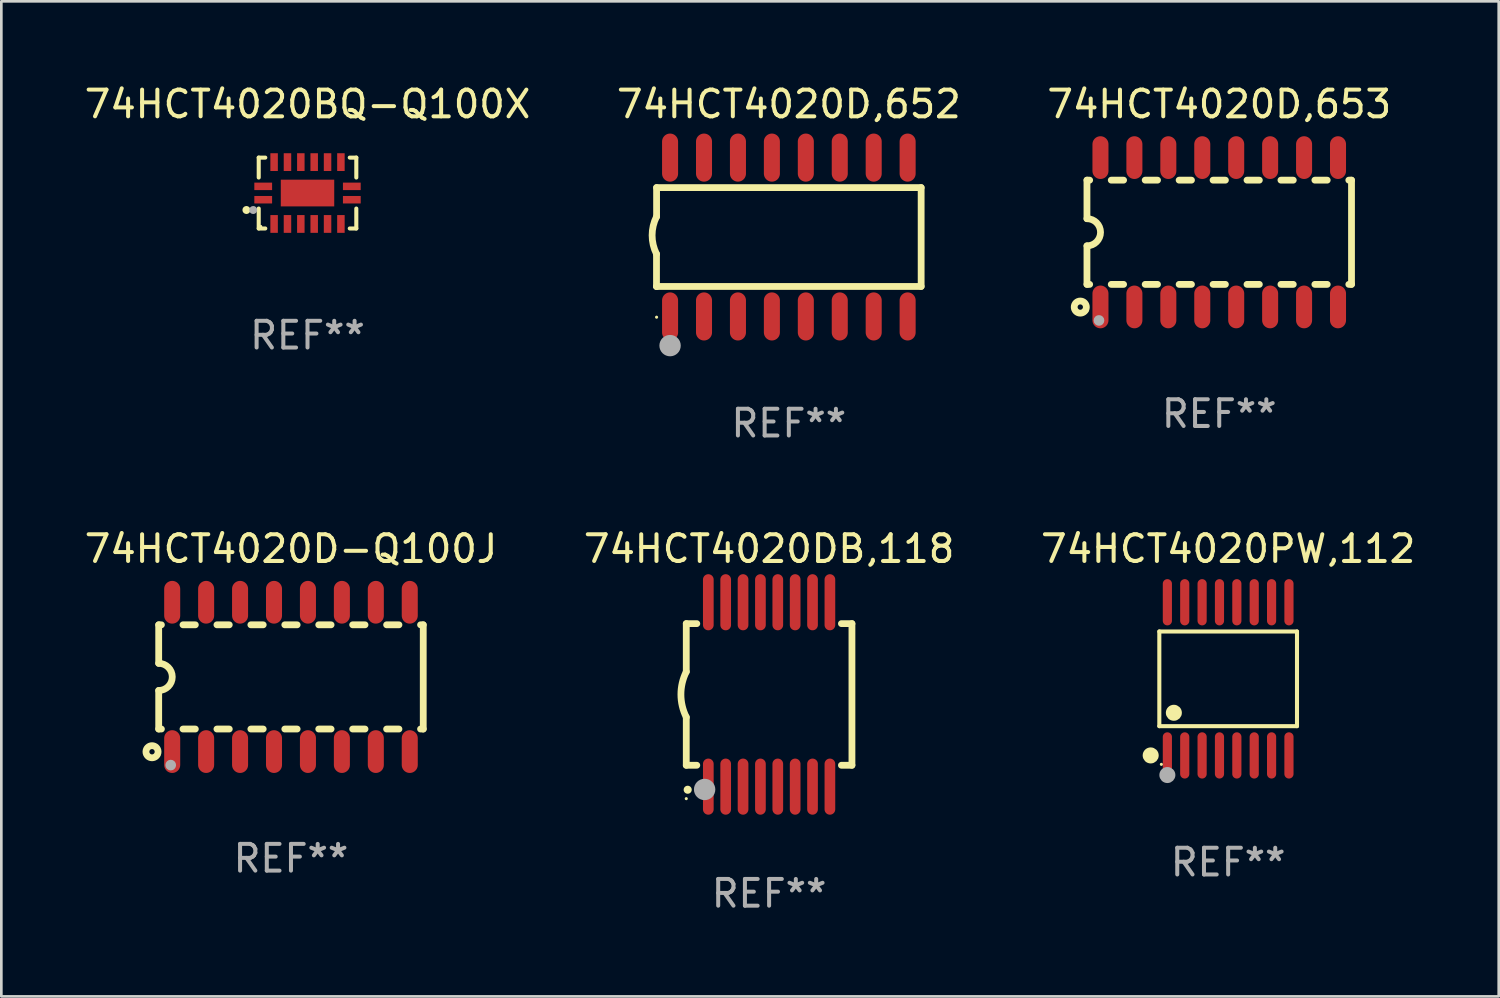
<source format=kicad_pcb>
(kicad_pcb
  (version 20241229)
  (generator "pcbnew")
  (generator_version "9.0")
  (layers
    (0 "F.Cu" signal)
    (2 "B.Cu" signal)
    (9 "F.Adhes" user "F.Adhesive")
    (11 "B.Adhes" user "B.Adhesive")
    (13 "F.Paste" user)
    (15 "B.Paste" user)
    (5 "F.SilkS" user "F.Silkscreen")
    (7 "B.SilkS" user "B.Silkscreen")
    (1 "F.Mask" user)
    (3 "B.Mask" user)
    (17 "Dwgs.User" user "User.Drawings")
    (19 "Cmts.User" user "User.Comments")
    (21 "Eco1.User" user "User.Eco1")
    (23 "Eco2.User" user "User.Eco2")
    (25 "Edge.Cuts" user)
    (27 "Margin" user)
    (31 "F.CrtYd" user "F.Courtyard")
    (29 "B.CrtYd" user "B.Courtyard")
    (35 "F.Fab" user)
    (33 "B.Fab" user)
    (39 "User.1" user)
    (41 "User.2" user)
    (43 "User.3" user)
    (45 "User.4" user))
  (footprint "74HCT4020BQ-Q100X"
    (layer "F.Cu")
    (at 8.458 4.174)
    (property "Reference" "74HCT4020BQ-Q100X" (at 0 -3.326 0) (layer "F.SilkS") (effects (font (size 1 1) (thickness 0.15))))
    (attr through_hole)
    (fp_line (start -1.826 -1.326) (end -1.58 -1.326) (stroke (width 0.152) (type solid)) (layer "F.SilkS"))
    (fp_line (start -1.826 -0.58) (end -1.826 -1.326) (stroke (width 0.152) (type solid)) (layer "F.SilkS"))
    (fp_line (start -1.826 0.58) (end -1.826 1.326) (stroke (width 0.152) (type solid)) (layer "F.SilkS"))
    (fp_line (start -1.826 1.326) (end -1.58 1.326) (stroke (width 0.152) (type solid)) (layer "F.SilkS"))
    (fp_line (start 1.826 -1.326) (end 1.58 -1.326) (stroke (width 0.152) (type solid)) (layer "F.SilkS"))
    (fp_line (start 1.826 -0.58) (end 1.826 -1.326) (stroke (width 0.152) (type solid)) (layer "F.SilkS"))
    (fp_line (start 1.826 0.58) (end 1.826 1.326) (stroke (width 0.152) (type solid)) (layer "F.SilkS"))
    (fp_line (start 1.826 1.326) (end 1.58 1.326) (stroke (width 0.152) (type solid)) (layer "F.SilkS"))
    (fp_circle (center -2.286 0.635) (end -2.211 0.635) (stroke (width 0.15) (type solid)) (fill no) (layer "F.SilkS"))
    (fp_circle (center -1.75 1.25) (end -1.72 1.25) (stroke (width 0.06) (type solid)) (fill no) (layer "F.SilkS"))
    (fp_circle (center -2.032 0.635) (end -1.957 0.635) (stroke (width 0.15) (type solid)) (fill no) (layer "F.Fab"))
    (fp_text user "REF**" (at 0 5.326 0) (layer "F.Fab") (effects (font (size 1 1) (thickness 0.15))))
    (pad "1" smd rect (at -1.658 0.25) (size 0.665 0.28) (layers "F.Cu" "F.Mask" "F.Paste"))
    (pad "2" smd rect (at -1.25 1.157) (size 0.28 0.665) (layers "F.Cu" "F.Mask" "F.Paste"))
    (pad "3" smd rect (at -0.75 1.157) (size 0.28 0.665) (layers "F.Cu" "F.Mask" "F.Paste"))
    (pad "4" smd rect (at -0.25 1.157) (size 0.28 0.665) (layers "F.Cu" "F.Mask" "F.Paste"))
    (pad "5" smd rect (at 0.25 1.157) (size 0.28 0.665) (layers "F.Cu" "F.Mask" "F.Paste"))
    (pad "6" smd rect (at 0.75 1.157) (size 0.28 0.665) (layers "F.Cu" "F.Mask" "F.Paste"))
    (pad "7" smd rect (at 1.25 1.157) (size 0.28 0.665) (layers "F.Cu" "F.Mask" "F.Paste"))
    (pad "8" smd rect (at 1.658 0.25) (size 0.665 0.28) (layers "F.Cu" "F.Mask" "F.Paste"))
    (pad "9" smd rect (at 1.658 -0.25) (size 0.665 0.28) (layers "F.Cu" "F.Mask" "F.Paste"))
    (pad "10" smd rect (at 1.25 -1.157) (size 0.28 0.665) (layers "F.Cu" "F.Mask" "F.Paste"))
    (pad "11" smd rect (at 0.75 -1.157) (size 0.28 0.665) (layers "F.Cu" "F.Mask" "F.Paste"))
    (pad "12" smd rect (at 0.25 -1.157) (size 0.28 0.665) (layers "F.Cu" "F.Mask" "F.Paste"))
    (pad "13" smd rect (at -0.25 -1.157) (size 0.28 0.665) (layers "F.Cu" "F.Mask" "F.Paste"))
    (pad "14" smd rect (at -0.75 -1.157) (size 0.28 0.665) (layers "F.Cu" "F.Mask" "F.Paste"))
    (pad "15" smd rect (at -1.25 -1.157) (size 0.28 0.665) (layers "F.Cu" "F.Mask" "F.Paste"))
    (pad "16" smd rect (at -1.658 -0.25) (size 0.665 0.28) (layers "F.Cu" "F.Mask" "F.Paste"))
    (pad "17" smd rect (at 0 0) (size 2 1) (layers "F.Cu" "F.Mask" "F.Paste")))
  (footprint "74HCT4020PW,112"
    (layer "F.Cu")
    (at 42.911 22.354)
    (property "Reference" "74HCT4020PW,112" (at 0 -4.866 0) (layer "F.SilkS") (effects (font (size 1 1) (thickness 0.15))))
    (attr through_hole)
    (fp_line (start -2.576 -1.772) (end 2.576 -1.772) (stroke (width 0.152) (type solid)) (layer "F.SilkS"))
    (fp_line (start -2.576 1.771) (end -2.576 -1.772) (stroke (width 0.152) (type solid)) (layer "F.SilkS"))
    (fp_line (start 2.576 -1.772) (end 2.576 1.771) (stroke (width 0.152) (type solid)) (layer "F.SilkS"))
    (fp_line (start 2.576 1.771) (end -2.576 1.771) (stroke (width 0.152) (type solid)) (layer "F.SilkS"))
    (fp_circle (center -2.899 2.866) (end -2.749 2.866) (stroke (width 0.3) (type solid)) (fill no) (layer "F.SilkS"))
    (fp_circle (center -2.5 3.2) (end -2.47 3.2) (stroke (width 0.06) (type solid)) (fill no) (layer "F.SilkS"))
    (fp_circle (center -2.032 1.27) (end -1.882 1.27) (stroke (width 0.3) (type solid)) (fill no) (layer "F.SilkS"))
    (fp_circle (center -2.275 3.6) (end -2.125 3.6) (stroke (width 0.3) (type solid)) (fill no) (layer "F.Fab"))
    (fp_text user "REF**" (at 0 6.866 0) (layer "F.Fab") (effects (font (size 1 1) (thickness 0.15))))
    (pad "1" smd oval (at -2.275 2.866) (size 0.343 1.731) (layers "F.Cu" "F.Mask" "F.Paste"))
    (pad "2" smd oval (at -1.625 2.866) (size 0.343 1.731) (layers "F.Cu" "F.Mask" "F.Paste"))
    (pad "3" smd oval (at -0.975 2.866) (size 0.343 1.731) (layers "F.Cu" "F.Mask" "F.Paste"))
    (pad "4" smd oval (at -0.325 2.866) (size 0.343 1.731) (layers "F.Cu" "F.Mask" "F.Paste"))
    (pad "5" smd oval (at 0.325 2.866) (size 0.343 1.731) (layers "F.Cu" "F.Mask" "F.Paste"))
    (pad "6" smd oval (at 0.975 2.866) (size 0.343 1.731) (layers "F.Cu" "F.Mask" "F.Paste"))
    (pad "7" smd oval (at 1.625 2.866) (size 0.343 1.731) (layers "F.Cu" "F.Mask" "F.Paste"))
    (pad "8" smd oval (at 2.275 2.866) (size 0.343 1.731) (layers "F.Cu" "F.Mask" "F.Paste"))
    (pad "9" smd oval (at 2.275 -2.866) (size 0.343 1.731) (layers "F.Cu" "F.Mask" "F.Paste"))
    (pad "10" smd oval (at 1.625 -2.866) (size 0.343 1.731) (layers "F.Cu" "F.Mask" "F.Paste"))
    (pad "11" smd oval (at 0.975 -2.866) (size 0.343 1.731) (layers "F.Cu" "F.Mask" "F.Paste"))
    (pad "12" smd oval (at 0.325 -2.866) (size 0.343 1.731) (layers "F.Cu" "F.Mask" "F.Paste"))
    (pad "13" smd oval (at -0.325 -2.866) (size 0.343 1.731) (layers "F.Cu" "F.Mask" "F.Paste"))
    (pad "14" smd oval (at -0.975 -2.866) (size 0.343 1.731) (layers "F.Cu" "F.Mask" "F.Paste"))
    (pad "15" smd oval (at -1.625 -2.866) (size 0.343 1.731) (layers "F.Cu" "F.Mask" "F.Paste"))
    (pad "16" smd oval (at -2.275 -2.866) (size 0.343 1.731) (layers "F.Cu" "F.Mask" "F.Paste")))
  (footprint "74HCT4020D,652"
    (layer "F.Cu")
    (at 26.47 5.82)
    (property "Reference" "74HCT4020D,652" (at 0 -4.972 0) (layer "F.SilkS") (effects (font (size 1 1) (thickness 0.15))))
    (attr through_hole)
    (fp_line (start -4.952 0.635) (end -4.952 1.85) (stroke (width 0.254) (type solid)) (layer "F.SilkS"))
    (fp_line (start -4.952 1.85) (end -4.949 1.85) (stroke (width 0.254) (type solid)) (layer "F.SilkS"))
    (fp_line (start -4.949 -1.85) (end -4.949 -0.762) (stroke (width 0.254) (type solid)) (layer "F.SilkS"))
    (fp_line (start -4.949 1.85) (end 4.952 1.85) (stroke (width 0.254) (type solid)) (layer "F.SilkS"))
    (fp_line (start 4.952 -1.85) (end -4.949 -1.85) (stroke (width 0.254) (type solid)) (layer "F.SilkS"))
    (fp_line (start 4.952 1.85) (end 4.952 -1.85) (stroke (width 0.254) (type solid)) (layer "F.SilkS"))
    (fp_arc (start -4.951524 0.635001) (mid -5.116418 -0.0635) (end -4.951524 -0.762002) (stroke (width 0.254001) (type solid)) (layer "F.SilkS"))
    (fp_circle (center -4.949 3) (end -4.919 3) (stroke (width 0.06) (type solid)) (fill no) (layer "F.SilkS"))
    (fp_circle (center -4.444 4.064) (end -4.244 4.064) (stroke (width 0.4) (type solid)) (fill no) (layer "F.Fab"))
    (fp_text user "REF**" (at 0 6.972 0) (layer "F.Fab") (effects (font (size 1 1) (thickness 0.15))))
    (pad "1" smd oval (at -4.444 2.972 180) (size 0.6 1.8) (layers "F.Cu" "F.Mask" "F.Paste"))
    (pad "2" smd oval (at -3.174 2.972 180) (size 0.6 1.8) (layers "F.Cu" "F.Mask" "F.Paste"))
    (pad "3" smd oval (at -1.904 2.972 180) (size 0.6 1.8) (layers "F.Cu" "F.Mask" "F.Paste"))
    (pad "4" smd oval (at -0.634 2.972 180) (size 0.6 1.8) (layers "F.Cu" "F.Mask" "F.Paste"))
    (pad "5" smd oval (at 0.636 2.972 180) (size 0.6 1.8) (layers "F.Cu" "F.Mask" "F.Paste"))
    (pad "6" smd oval (at 1.906 2.972 180) (size 0.6 1.8) (layers "F.Cu" "F.Mask" "F.Paste"))
    (pad "7" smd oval (at 3.176 2.972 180) (size 0.6 1.8) (layers "F.Cu" "F.Mask" "F.Paste"))
    (pad "8" smd oval (at 4.446 2.972 180) (size 0.6 1.8) (layers "F.Cu" "F.Mask" "F.Paste"))
    (pad "9" smd oval (at 4.446 -2.972 180) (size 0.6 1.8) (layers "F.Cu" "F.Mask" "F.Paste"))
    (pad "10" smd oval (at 3.176 -2.972 180) (size 0.6 1.8) (layers "F.Cu" "F.Mask" "F.Paste"))
    (pad "11" smd oval (at 1.906 -2.972 180) (size 0.6 1.8) (layers "F.Cu" "F.Mask" "F.Paste"))
    (pad "12" smd oval (at 0.636 -2.972 180) (size 0.6 1.8) (layers "F.Cu" "F.Mask" "F.Paste"))
    (pad "13" smd oval (at -0.634 -2.972 180) (size 0.6 1.8) (layers "F.Cu" "F.Mask" "F.Paste"))
    (pad "14" smd oval (at -1.904 -2.972 180) (size 0.6 1.8) (layers "F.Cu" "F.Mask" "F.Paste"))
    (pad "15" smd oval (at -3.174 -2.972 180) (size 0.6 1.8) (layers "F.Cu" "F.Mask" "F.Paste"))
    (pad "16" smd oval (at -4.444 -2.972 180) (size 0.6 1.8) (layers "F.Cu" "F.Mask" "F.Paste")))
  (footprint "74HCT4020D,653"
    (layer "F.Cu")
    (at 42.577 5.642)
    (property "Reference" "74HCT4020D,653" (at 0 -4.794 0) (layer "F.SilkS") (effects (font (size 1 1) (thickness 0.15))))
    (attr through_hole)
    (fp_line (start -4.95 -1.95) (end -4.95 -0.508) (stroke (width 0.254) (type solid)) (layer "F.SilkS"))
    (fp_line (start -4.95 -1.95) (end -4.849 -1.95) (stroke (width 0.254) (type solid)) (layer "F.SilkS"))
    (fp_line (start -4.95 1.95) (end -4.95 0.508) (stroke (width 0.254) (type solid)) (layer "F.SilkS"))
    (fp_line (start -4.95 1.95) (end -4.849 1.95) (stroke (width 0.254) (type solid)) (layer "F.SilkS"))
    (fp_line (start -4.041 -1.95) (end -3.579 -1.95) (stroke (width 0.254) (type solid)) (layer "F.SilkS"))
    (fp_line (start -4.041 1.95) (end -3.579 1.95) (stroke (width 0.254) (type solid)) (layer "F.SilkS"))
    (fp_line (start -2.771 -1.95) (end -2.309 -1.95) (stroke (width 0.254) (type solid)) (layer "F.SilkS"))
    (fp_line (start -2.771 1.95) (end -2.309 1.95) (stroke (width 0.254) (type solid)) (layer "F.SilkS"))
    (fp_line (start -1.501 -1.95) (end -1.039 -1.95) (stroke (width 0.254) (type solid)) (layer "F.SilkS"))
    (fp_line (start -1.501 1.95) (end -1.039 1.95) (stroke (width 0.254) (type solid)) (layer "F.SilkS"))
    (fp_line (start -0.231 -1.95) (end 0.231 -1.95) (stroke (width 0.254) (type solid)) (layer "F.SilkS"))
    (fp_line (start -0.231 1.95) (end 0.231 1.95) (stroke (width 0.254) (type solid)) (layer "F.SilkS"))
    (fp_line (start 1.039 -1.95) (end 1.501 -1.95) (stroke (width 0.254) (type solid)) (layer "F.SilkS"))
    (fp_line (start 1.039 1.95) (end 1.501 1.95) (stroke (width 0.254) (type solid)) (layer "F.SilkS"))
    (fp_line (start 2.309 -1.95) (end 2.771 -1.95) (stroke (width 0.254) (type solid)) (layer "F.SilkS"))
    (fp_line (start 2.309 1.95) (end 2.771 1.95) (stroke (width 0.254) (type solid)) (layer "F.SilkS"))
    (fp_line (start 3.579 -1.95) (end 4.041 -1.95) (stroke (width 0.254) (type solid)) (layer "F.SilkS"))
    (fp_line (start 3.579 1.95) (end 4.041 1.95) (stroke (width 0.254) (type solid)) (layer "F.SilkS"))
    (fp_line (start 4.849 -1.95) (end 4.95 -1.95) (stroke (width 0.254) (type solid)) (layer "F.SilkS"))
    (fp_line (start 4.849 1.95) (end 4.95 1.95) (stroke (width 0.254) (type solid)) (layer "F.SilkS"))
    (fp_line (start 4.95 -1.95) (end 4.95 1.95) (stroke (width 0.254) (type solid)) (layer "F.SilkS"))
    (fp_arc (start -4.95047 -0.508001) (mid -4.442469 -0.000228) (end -4.950013 0.508001) (stroke (width 0.254001) (type solid)) (layer "F.SilkS"))
    (fp_circle (center -5.2 2.8) (end -5.1 2.8) (stroke (width 0.254) (type solid)) (fill no) (layer "F.SilkS"))
    (fp_circle (center -4.95 2.947) (end -4.92 2.947) (stroke (width 0.06) (type solid)) (fill no) (layer "F.SilkS"))
    (fp_circle (center -4.5 3.3) (end -4.4 3.3) (stroke (width 0.2) (type solid)) (fill no) (layer "F.Fab"))
    (fp_text user "REF**" (at 0 6.794 0) (layer "F.Fab") (effects (font (size 1 1) (thickness 0.15))))
    (pad "1" smd oval (at -4.445 2.794) (size 0.6 1.6) (layers "F.Cu" "F.Mask" "F.Paste"))
    (pad "2" smd oval (at -3.175 2.794) (size 0.6 1.6) (layers "F.Cu" "F.Mask" "F.Paste"))
    (pad "3" smd oval (at -1.905 2.794) (size 0.6 1.6) (layers "F.Cu" "F.Mask" "F.Paste"))
    (pad "4" smd oval (at -0.635 2.794) (size 0.6 1.6) (layers "F.Cu" "F.Mask" "F.Paste"))
    (pad "5" smd oval (at 0.635 2.794) (size 0.6 1.6) (layers "F.Cu" "F.Mask" "F.Paste"))
    (pad "6" smd oval (at 1.905 2.794) (size 0.6 1.6) (layers "F.Cu" "F.Mask" "F.Paste"))
    (pad "7" smd oval (at 3.175 2.794) (size 0.6 1.6) (layers "F.Cu" "F.Mask" "F.Paste"))
    (pad "8" smd oval (at 4.445 2.794) (size 0.6 1.6) (layers "F.Cu" "F.Mask" "F.Paste"))
    (pad "9" smd oval (at 4.445 -2.794) (size 0.6 1.6) (layers "F.Cu" "F.Mask" "F.Paste"))
    (pad "10" smd oval (at 3.175 -2.794) (size 0.6 1.6) (layers "F.Cu" "F.Mask" "F.Paste"))
    (pad "11" smd oval (at 1.905 -2.794) (size 0.6 1.6) (layers "F.Cu" "F.Mask" "F.Paste"))
    (pad "12" smd oval (at 0.635 -2.794) (size 0.6 1.6) (layers "F.Cu" "F.Mask" "F.Paste"))
    (pad "13" smd oval (at -0.635 -2.794) (size 0.6 1.6) (layers "F.Cu" "F.Mask" "F.Paste"))
    (pad "14" smd oval (at -1.905 -2.794) (size 0.6 1.6) (layers "F.Cu" "F.Mask" "F.Paste"))
    (pad "15" smd oval (at -3.175 -2.794) (size 0.6 1.6) (layers "F.Cu" "F.Mask" "F.Paste"))
    (pad "16" smd oval (at -4.445 -2.794) (size 0.6 1.6) (layers "F.Cu" "F.Mask" "F.Paste")))
  (footprint "74HCT4020DB,118"
    (layer "F.Cu")
    (at 25.732 22.938)
    (property "Reference" "74HCT4020DB,118" (at 0 -5.45 0) (layer "F.SilkS") (effects (font (size 1 1) (thickness 0.15))))
    (attr through_hole)
    (fp_line (start -3.1 -2.65) (end -3.1 -0.85) (stroke (width 0.254) (type solid)) (layer "F.SilkS"))
    (fp_line (start -3.1 -2.65) (end -2.706 -2.65) (stroke (width 0.254) (type solid)) (layer "F.SilkS"))
    (fp_line (start -3.1 2.65) (end -3.1 0.85) (stroke (width 0.254) (type solid)) (layer "F.SilkS"))
    (fp_line (start -3.1 2.65) (end -2.706 2.65) (stroke (width 0.254) (type solid)) (layer "F.SilkS"))
    (fp_line (start 2.706 -2.65) (end 3.1 -2.65) (stroke (width 0.254) (type solid)) (layer "F.SilkS"))
    (fp_line (start 2.706 2.65) (end 3.1 2.65) (stroke (width 0.254) (type solid)) (layer "F.SilkS"))
    (fp_line (start 3.1 -2.65) (end 3.1 2.65) (stroke (width 0.254) (type solid)) (layer "F.SilkS"))
    (fp_arc (start -3.098907 0.850902) (mid -3.300057 0.000523) (end -3.1 -0.850114) (stroke (width 0.254001) (type solid)) (layer "F.SilkS"))
    (fp_arc (start -3.048006 3.566066) (mid -3.046736 3.566061) (end -3.045466 3.566066) (stroke (width 0.3) (type solid)) (layer "F.SilkS"))
    (fp_circle (center -3.1 3.9) (end -3.07 3.9) (stroke (width 0.06) (type solid)) (fill no) (layer "F.SilkS"))
    (fp_circle (center -2.413 3.556) (end -2.213 3.556) (stroke (width 0.4) (type solid)) (fill no) (layer "F.Fab"))
    (fp_text user "REF**" (at 0 7.45 0) (layer "F.Fab") (effects (font (size 1 1) (thickness 0.15))))
    (pad "1" smd oval (at -2.275 3.45 180) (size 0.4 2.1) (layers "F.Cu" "F.Mask" "F.Paste"))
    (pad "2" smd oval (at -1.625 3.45 180) (size 0.4 2.1) (layers "F.Cu" "F.Mask" "F.Paste"))
    (pad "3" smd oval (at -0.975 3.45 180) (size 0.4 2.1) (layers "F.Cu" "F.Mask" "F.Paste"))
    (pad "4" smd oval (at -0.325 3.45 180) (size 0.4 2.1) (layers "F.Cu" "F.Mask" "F.Paste"))
    (pad "5" smd oval (at 0.325 3.45 180) (size 0.4 2.1) (layers "F.Cu" "F.Mask" "F.Paste"))
    (pad "6" smd oval (at 0.975 3.45 180) (size 0.4 2.1) (layers "F.Cu" "F.Mask" "F.Paste"))
    (pad "7" smd oval (at 1.625 3.45 180) (size 0.4 2.1) (layers "F.Cu" "F.Mask" "F.Paste"))
    (pad "8" smd oval (at 2.275 3.45 180) (size 0.4 2.1) (layers "F.Cu" "F.Mask" "F.Paste"))
    (pad "9" smd oval (at 2.275 -3.45 180) (size 0.4 2.1) (layers "F.Cu" "F.Mask" "F.Paste"))
    (pad "10" smd oval (at 1.625 -3.45 180) (size 0.4 2.1) (layers "F.Cu" "F.Mask" "F.Paste"))
    (pad "11" smd oval (at 0.975 -3.45 180) (size 0.4 2.1) (layers "F.Cu" "F.Mask" "F.Paste"))
    (pad "12" smd oval (at 0.325 -3.45 180) (size 0.4 2.1) (layers "F.Cu" "F.Mask" "F.Paste"))
    (pad "13" smd oval (at -0.325 -3.45 180) (size 0.4 2.1) (layers "F.Cu" "F.Mask" "F.Paste"))
    (pad "14" smd oval (at -0.975 -3.45 180) (size 0.4 2.1) (layers "F.Cu" "F.Mask" "F.Paste"))
    (pad "15" smd oval (at -1.625 -3.45 180) (size 0.4 2.1) (layers "F.Cu" "F.Mask" "F.Paste"))
    (pad "16" smd oval (at -2.275 -3.45 180) (size 0.4 2.1) (layers "F.Cu" "F.Mask" "F.Paste")))
  (footprint "74HCT4020D-Q100J"
    (layer "F.Cu")
    (at 7.839 22.282)
    (property "Reference" "74HCT4020D-Q100J" (at 0 -4.794 0) (layer "F.SilkS") (effects (font (size 1 1) (thickness 0.15))))
    (attr through_hole)
    (fp_line (start -4.95 -1.95) (end -4.95 -0.508) (stroke (width 0.254) (type solid)) (layer "F.SilkS"))
    (fp_line (start -4.95 -1.95) (end -4.849 -1.95) (stroke (width 0.254) (type solid)) (layer "F.SilkS"))
    (fp_line (start -4.95 1.95) (end -4.95 0.508) (stroke (width 0.254) (type solid)) (layer "F.SilkS"))
    (fp_line (start -4.95 1.95) (end -4.849 1.95) (stroke (width 0.254) (type solid)) (layer "F.SilkS"))
    (fp_line (start -4.041 -1.95) (end -3.579 -1.95) (stroke (width 0.254) (type solid)) (layer "F.SilkS"))
    (fp_line (start -4.041 1.95) (end -3.579 1.95) (stroke (width 0.254) (type solid)) (layer "F.SilkS"))
    (fp_line (start -2.771 -1.95) (end -2.309 -1.95) (stroke (width 0.254) (type solid)) (layer "F.SilkS"))
    (fp_line (start -2.771 1.95) (end -2.309 1.95) (stroke (width 0.254) (type solid)) (layer "F.SilkS"))
    (fp_line (start -1.501 -1.95) (end -1.039 -1.95) (stroke (width 0.254) (type solid)) (layer "F.SilkS"))
    (fp_line (start -1.501 1.95) (end -1.039 1.95) (stroke (width 0.254) (type solid)) (layer "F.SilkS"))
    (fp_line (start -0.231 -1.95) (end 0.231 -1.95) (stroke (width 0.254) (type solid)) (layer "F.SilkS"))
    (fp_line (start -0.231 1.95) (end 0.231 1.95) (stroke (width 0.254) (type solid)) (layer "F.SilkS"))
    (fp_line (start 1.039 -1.95) (end 1.501 -1.95) (stroke (width 0.254) (type solid)) (layer "F.SilkS"))
    (fp_line (start 1.039 1.95) (end 1.501 1.95) (stroke (width 0.254) (type solid)) (layer "F.SilkS"))
    (fp_line (start 2.309 -1.95) (end 2.771 -1.95) (stroke (width 0.254) (type solid)) (layer "F.SilkS"))
    (fp_line (start 2.309 1.95) (end 2.771 1.95) (stroke (width 0.254) (type solid)) (layer "F.SilkS"))
    (fp_line (start 3.579 -1.95) (end 4.041 -1.95) (stroke (width 0.254) (type solid)) (layer "F.SilkS"))
    (fp_line (start 3.579 1.95) (end 4.041 1.95) (stroke (width 0.254) (type solid)) (layer "F.SilkS"))
    (fp_line (start 4.849 -1.95) (end 4.95 -1.95) (stroke (width 0.254) (type solid)) (layer "F.SilkS"))
    (fp_line (start 4.849 1.95) (end 4.95 1.95) (stroke (width 0.254) (type solid)) (layer "F.SilkS"))
    (fp_line (start 4.95 -1.95) (end 4.95 1.95) (stroke (width 0.254) (type solid)) (layer "F.SilkS"))
    (fp_arc (start -4.95047 -0.508001) (mid -4.442469 -0.000228) (end -4.950013 0.508001) (stroke (width 0.254001) (type solid)) (layer "F.SilkS"))
    (fp_circle (center -5.2 2.8) (end -5.1 2.8) (stroke (width 0.254) (type solid)) (fill no) (layer "F.SilkS"))
    (fp_circle (center -4.95 2.947) (end -4.92 2.947) (stroke (width 0.06) (type solid)) (fill no) (layer "F.SilkS"))
    (fp_circle (center -4.5 3.3) (end -4.4 3.3) (stroke (width 0.2) (type solid)) (fill no) (layer "F.Fab"))
    (fp_text user "REF**" (at 0 6.794 0) (layer "F.Fab") (effects (font (size 1 1) (thickness 0.15))))
    (pad "1" smd oval (at -4.445 2.794) (size 0.6 1.6) (layers "F.Cu" "F.Mask" "F.Paste"))
    (pad "2" smd oval (at -3.175 2.794) (size 0.6 1.6) (layers "F.Cu" "F.Mask" "F.Paste"))
    (pad "3" smd oval (at -1.905 2.794) (size 0.6 1.6) (layers "F.Cu" "F.Mask" "F.Paste"))
    (pad "4" smd oval (at -0.635 2.794) (size 0.6 1.6) (layers "F.Cu" "F.Mask" "F.Paste"))
    (pad "5" smd oval (at 0.635 2.794) (size 0.6 1.6) (layers "F.Cu" "F.Mask" "F.Paste"))
    (pad "6" smd oval (at 1.905 2.794) (size 0.6 1.6) (layers "F.Cu" "F.Mask" "F.Paste"))
    (pad "7" smd oval (at 3.175 2.794) (size 0.6 1.6) (layers "F.Cu" "F.Mask" "F.Paste"))
    (pad "8" smd oval (at 4.445 2.794) (size 0.6 1.6) (layers "F.Cu" "F.Mask" "F.Paste"))
    (pad "9" smd oval (at 4.445 -2.794) (size 0.6 1.6) (layers "F.Cu" "F.Mask" "F.Paste"))
    (pad "10" smd oval (at 3.175 -2.794) (size 0.6 1.6) (layers "F.Cu" "F.Mask" "F.Paste"))
    (pad "11" smd oval (at 1.905 -2.794) (size 0.6 1.6) (layers "F.Cu" "F.Mask" "F.Paste"))
    (pad "12" smd oval (at 0.635 -2.794) (size 0.6 1.6) (layers "F.Cu" "F.Mask" "F.Paste"))
    (pad "13" smd oval (at -0.635 -2.794) (size 0.6 1.6) (layers "F.Cu" "F.Mask" "F.Paste"))
    (pad "14" smd oval (at -1.905 -2.794) (size 0.6 1.6) (layers "F.Cu" "F.Mask" "F.Paste"))
    (pad "15" smd oval (at -3.175 -2.794) (size 0.6 1.6) (layers "F.Cu" "F.Mask" "F.Paste"))
    (pad "16" smd oval (at -4.445 -2.794) (size 0.6 1.6) (layers "F.Cu" "F.Mask" "F.Paste")))
  (gr_rect
    (start -3 -3)
    (end 53.036 34.237)
    (stroke (width 0.1) (type default))
    (fill no)
    (layer "Edge.Cuts")))
</source>
